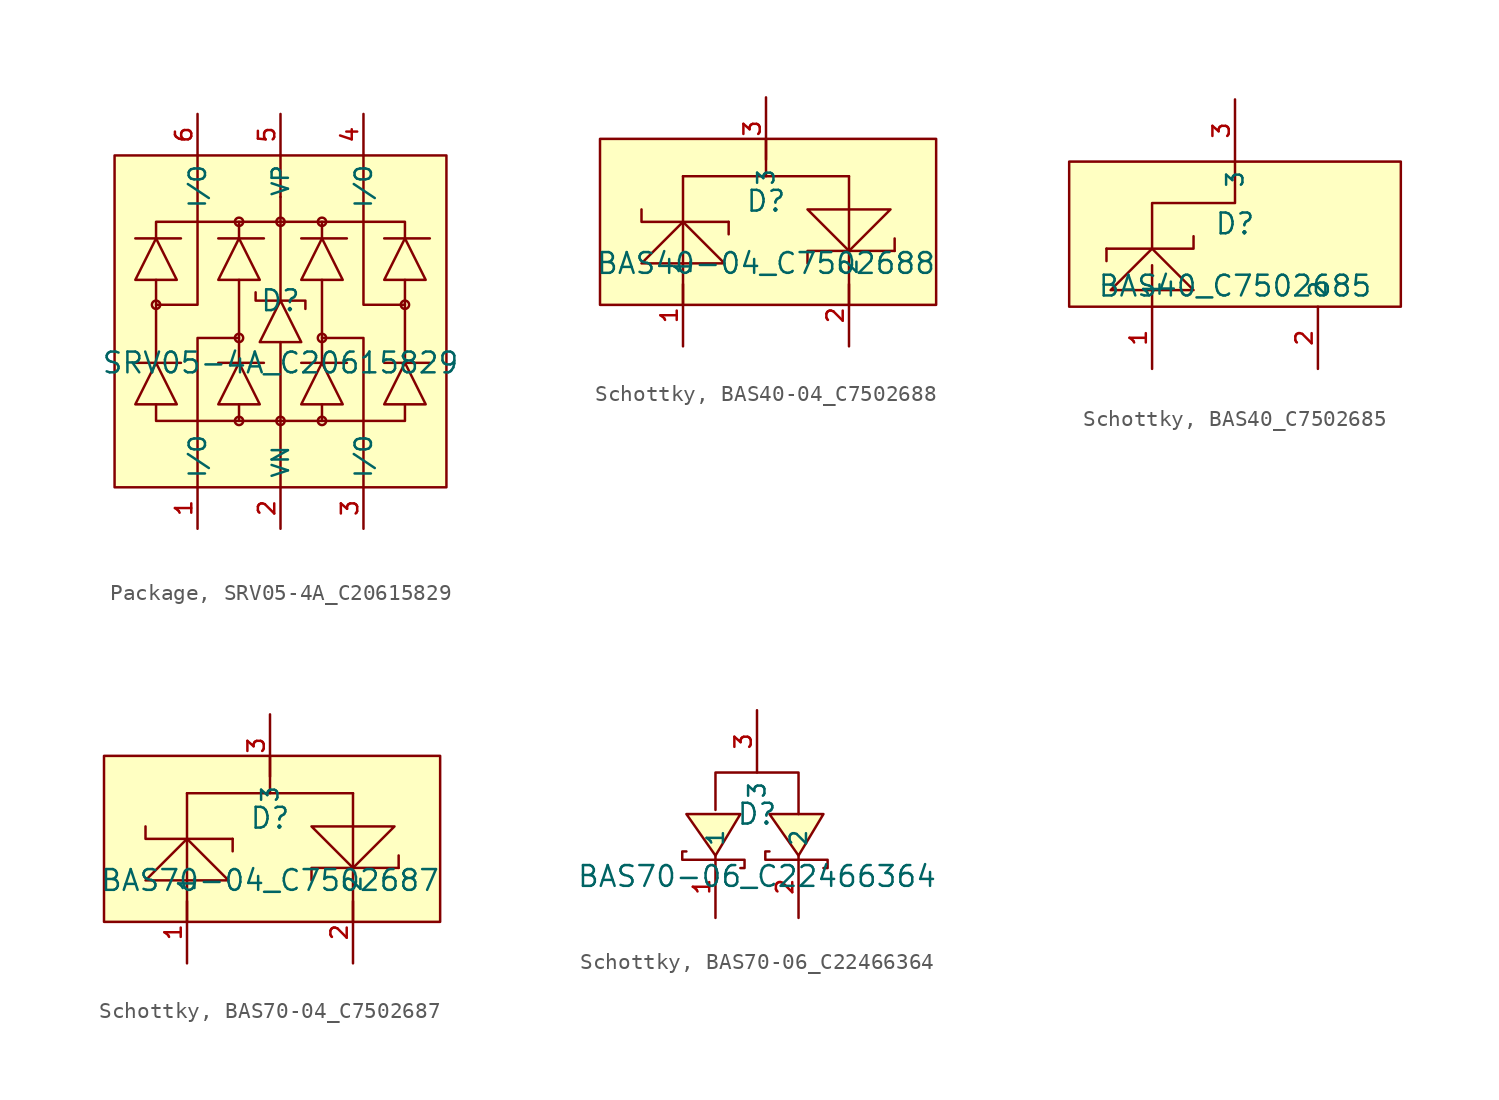
<source format=kicad_sym>
(kicad_symbol_lib
  (version 20231120)
  (generator "kicad_symbol_editor")
  (generator_version "8.0")
  (symbol "Package, SRV05-4A_C20615829"
    (property "Reference" "D"
      (at 0 1.27 0)
      (effects (font (size 1.27 1.27))))
    (property "Value" "SRV05-4A_C20615829"
      (at 0 -2.54 0)
      (effects (font (size 1.27 1.27))))
    (symbol "Package, SRV05-4A_C20615829_0_1"
      (rectangle (start -10.16 10.16) (end 10.16 -10.16) (stroke (width 0) (type default)) (fill (type background)))
      (circle (center -7.62 1.016) (radius 0.254) (stroke (width 0) (type default)) (fill (type background)))
      (circle (center -2.54 -6.096) (radius 0.254) (stroke (width 0) (type default)) (fill (type background)))
      (circle (center -2.54 -1.016) (radius 0.254) (stroke (width 0) (type default)) (fill (type background)))
      (circle (center -2.54 6.096) (radius 0.254) (stroke (width 0) (type default)) (fill (type background)))
      (circle (center 0 -6.096) (radius 0.254) (stroke (width 0) (type default)) (fill (type background)))
      (polyline (pts (xy -7.62 2.54) (xy -7.62 -2.54)) (stroke (width 0) (type default)) (fill (type none)))
      (polyline (pts (xy -6.096 -2.54) (xy -8.89 -2.54)) (stroke (width 0) (type default)) (fill (type none)))
      (polyline (pts (xy -6.096 5.08) (xy -8.89 5.08)) (stroke (width 0) (type default)) (fill (type none)))
      (polyline (pts (xy -2.54 -5.08) (xy -2.54 -6.096)) (stroke (width 0) (type default)) (fill (type none)))
      (polyline (pts (xy -2.54 2.54) (xy -2.54 -2.54)) (stroke (width 0) (type default)) (fill (type none)))
      (polyline (pts (xy -2.54 5.08) (xy -2.54 6.096)) (stroke (width 0) (type default)) (fill (type none)))
      (polyline (pts (xy -1.016 -2.54) (xy -3.81 -2.54)) (stroke (width 0) (type default)) (fill (type none)))
      (polyline (pts (xy -1.016 5.08) (xy -3.81 5.08)) (stroke (width 0) (type default)) (fill (type none)))
      (polyline (pts (xy 0 -1.27) (xy 0 -10.16)) (stroke (width 0) (type default)) (fill (type none)))
      (polyline (pts (xy 0 1.27) (xy 0 7.62)) (stroke (width 0) (type default)) (fill (type none)))
      (polyline (pts (xy 0 7.62) (xy 0 10.16)) (stroke (width 0) (type default)) (fill (type none)))
      (polyline (pts (xy 2.54 -5.08) (xy 2.54 -6.096)) (stroke (width 0) (type default)) (fill (type none)))
      (polyline (pts (xy 2.54 2.54) (xy 2.54 -2.54)) (stroke (width 0) (type default)) (fill (type none)))
      (polyline (pts (xy 2.54 5.08) (xy 2.54 6.096)) (stroke (width 0) (type default)) (fill (type none)))
      (polyline (pts (xy 4.064 -2.54) (xy 1.27 -2.54)) (stroke (width 0) (type default)) (fill (type none)))
      (polyline (pts (xy 4.064 5.08) (xy 1.27 5.08)) (stroke (width 0) (type default)) (fill (type none)))
      (polyline (pts (xy 7.62 2.54) (xy 7.62 -2.54)) (stroke (width 0) (type default)) (fill (type none)))
      (polyline (pts (xy 9.144 -2.54) (xy 6.35 -2.54)) (stroke (width 0) (type default)) (fill (type none)))
      (polyline (pts (xy 9.144 5.08) (xy 6.35 5.08)) (stroke (width 0) (type default)) (fill (type none)))
      (polyline (pts (xy -7.62 1.016) (xy -5.08 1.016) (xy -5.08 10.16)) (stroke (width 0) (type default)) (fill (type none)))
      (polyline (pts (xy -2.54 -1.016) (xy -5.08 -1.016) (xy -5.08 -10.16)) (stroke (width 0) (type default)) (fill (type none)))
      (polyline (pts (xy 2.54 -1.016) (xy 5.08 -1.016) (xy 5.08 -10.16)) (stroke (width 0) (type default)) (fill (type none)))
      (polyline (pts (xy 7.62 1.016) (xy 5.08 1.016) (xy 5.08 10.16)) (stroke (width 0) (type default)) (fill (type none)))
      (polyline (pts (xy -8.89 -5.08) (xy -7.62 -2.54) (xy -6.35 -5.08) (xy -8.89 -5.08)) (stroke (width 0) (type default)) (fill (type background)))
      (polyline (pts (xy -8.89 2.54) (xy -7.62 5.08) (xy -6.35 2.54) (xy -8.89 2.54)) (stroke (width 0) (type default)) (fill (type background)))
      (polyline (pts (xy -7.62 -5.08) (xy -7.62 -6.096) (xy 7.62 -6.096) (xy 7.62 -5.08)) (stroke (width 0) (type default)) (fill (type none)))
      (polyline (pts (xy -7.62 5.08) (xy -7.62 6.096) (xy 7.62 6.096) (xy 7.62 5.08)) (stroke (width 0) (type default)) (fill (type none)))
      (polyline (pts (xy -3.81 -5.08) (xy -2.54 -2.54) (xy -1.27 -5.08) (xy -3.81 -5.08)) (stroke (width 0) (type default)) (fill (type background)))
      (polyline (pts (xy -3.81 2.54) (xy -2.54 5.08) (xy -1.27 2.54) (xy -3.81 2.54)) (stroke (width 0) (type default)) (fill (type background)))
      (polyline (pts (xy 1.27 -5.08) (xy 2.54 -2.54) (xy 3.81 -5.08) (xy 1.27 -5.08)) (stroke (width 0) (type default)) (fill (type background)))
      (polyline (pts (xy 1.27 -1.27) (xy 0 1.27) (xy -1.27 -1.27) (xy 1.27 -1.27)) (stroke (width 0) (type default)) (fill (type background)))
      (polyline (pts (xy 1.27 2.54) (xy 2.54 5.08) (xy 3.81 2.54) (xy 1.27 2.54)) (stroke (width 0) (type default)) (fill (type background)))
      (polyline (pts (xy 6.35 -5.08) (xy 7.62 -2.54) (xy 8.89 -5.08) (xy 6.35 -5.08)) (stroke (width 0) (type default)) (fill (type background)))
      (polyline (pts (xy 6.35 2.54) (xy 7.62 5.08) (xy 8.89 2.54) (xy 6.35 2.54)) (stroke (width 0) (type default)) (fill (type background)))
      (polyline (pts (xy 1.524 0.762) (xy 1.524 0.762) (xy 1.524 1.27) (xy -1.524 1.27) (xy -1.524 1.778) (xy -1.524 1.778)) (stroke (width 0) (type default)) (fill (type none)))
      (circle (center 0 6.096) (radius 0.254) (stroke (width 0) (type default)) (fill (type background)))
      (circle (center 2.54 -6.096) (radius 0.254) (stroke (width 0) (type default)) (fill (type background)))
      (circle (center 2.54 -1.016) (radius 0.254) (stroke (width 0) (type default)) (fill (type background)))
      (circle (center 2.54 6.096) (radius 0.254) (stroke (width 0) (type default)) (fill (type background)))
      (circle (center 7.62 1.016) (radius 0.254) (stroke (width 0) (type default)) (fill (type background)))
      (pin unspecified line (at -5.08 -12.7 90) (length 2.54) (name "I/O" (effects (font (size 1 1)))) (number "1" (effects (font (size 1 1)))))
      (pin unspecified line (at 0 -12.7 90) (length 2.54) (name "VN" (effects (font (size 1 1)))) (number "2" (effects (font (size 1 1)))))
      (pin unspecified line (at 5.08 -12.7 90) (length 2.54) (name "I/O" (effects (font (size 1 1)))) (number "3" (effects (font (size 1 1)))))
      (pin unspecified line (at 5.08 12.7 270) (length 2.54) (name "I/O" (effects (font (size 1 1)))) (number "4" (effects (font (size 1 1)))))
      (pin unspecified line (at 0 12.7 270) (length 2.54) (name "VP" (effects (font (size 1 1)))) (number "5" (effects (font (size 1 1)))))
      (pin unspecified line (at -5.08 12.7 270) (length 2.54) (name "I/O" (effects (font (size 1 1)))) (number "6" (effects (font (size 1 1)))))))
  (symbol "Schottky, BAS40-04_C7502688"
    (property "Reference" "D"
      (at 0 1.27 0)
      (effects (font (size 1.27 1.27))))
    (property "Value" "BAS40-04_C7502688"
      (at 0 -2.54 0)
      (effects (font (size 1.27 1.27))))
    (symbol "Schottky, BAS40-04_C7502688_0_1"
      (rectangle (start -10.16 5.08) (end 10.414 -5.08) (stroke (width 0) (type default)) (fill (type background)))
      (polyline (pts (xy -5.08 2.794) (xy -5.08 -5.08)) (stroke (width 0) (type default)) (fill (type none)))
      (polyline (pts (xy -5.08 2.794) (xy 5.08 2.794)) (stroke (width 0) (type default)) (fill (type none)))
      (polyline (pts (xy -2.286 0) (xy -2.286 -0.762)) (stroke (width 0) (type default)) (fill (type none)))
      (polyline (pts (xy 0 5.08) (xy 0 2.794)) (stroke (width 0) (type default)) (fill (type none)))
      (polyline (pts (xy 5.08 2.794) (xy 5.08 -5.08)) (stroke (width 0) (type default)) (fill (type none)))
      (polyline (pts (xy 7.874 -1.778) (xy 7.874 -1.016)) (stroke (width 0) (type default)) (fill (type none)))
      (polyline (pts (xy 2.54 -2.54) (xy 2.54 -1.778) (xy 7.874 -1.778)) (stroke (width 0) (type default)) (fill (type none)))
      (polyline (pts (xy -7.62 0.762) (xy -7.62 0) (xy -5.08 0) (xy -2.286 0)) (stroke (width 0) (type default)) (fill (type none)))
      (polyline (pts (xy -2.54 -2.54) (xy -5.08 0) (xy -7.62 -2.54) (xy -2.54 -2.54)) (stroke (width 0) (type default)) (fill (type background)))
      (polyline (pts (xy 7.62 0.762) (xy 5.08 -1.778) (xy 2.54 0.762) (xy 7.62 0.762)) (stroke (width 0) (type default)) (fill (type background)))
      (pin input line (at -5.08 -7.62 90) (length 3.81) (name "1" (effects (font (size 1 1)))) (number "1" (effects (font (size 1 1)))))
      (pin input line (at 5.08 -7.62 90) (length 3.81) (name "2" (effects (font (size 1 1)))) (number "2" (effects (font (size 1 1)))))
      (pin input line (at 0 7.62 270) (length 3.81) (name "3" (effects (font (size 1 1)))) (number "3" (effects (font (size 1 1)))))))
  (symbol "Schottky, BAS40_C7502685"
    (property "Reference" "D"
      (at 0 1.27 0)
      (effects (font (size 1.27 1.27))))
    (property "Value" "BAS40_C7502685"
      (at 0 -2.54 0)
      (effects (font (size 1.27 1.27))))
    (symbol "Schottky, BAS40_C7502685_0_1"
      (rectangle (start -10.16 5.08) (end 10.16 -3.81) (stroke (width 0) (type default)) (fill (type background)))
      (polyline (pts (xy -7.874 -1.016) (xy -7.874 -0.254)) (stroke (width 0) (type default)) (fill (type none)))
      (polyline (pts (xy -5.08 -1.27) (xy -5.08 -3.81)) (stroke (width 0) (type default)) (fill (type none)))
      (polyline (pts (xy -2.54 0.508) (xy -2.54 -0.254) (xy -7.874 -0.254)) (stroke (width 0) (type default)) (fill (type none)))
      (polyline (pts (xy -7.62 -2.794) (xy -5.08 -0.254) (xy -2.54 -2.794) (xy -7.62 -2.794)) (stroke (width 0) (type default)) (fill (type background)))
      (polyline (pts (xy -5.08 -0.254) (xy -5.08 2.54) (xy 0 2.54) (xy 0 5.08)) (stroke (width 0) (type default)) (fill (type none)))
      (pin input line (at -5.08 -7.62 90) (length 3.81) (name "1" (effects (font (size 1 1)))) (number "1" (effects (font (size 1 1)))))
      (pin input line (at 5.08 -7.62 90) (length 3.81) (name "2" (effects (font (size 1 1)))) (number "2" (effects (font (size 1 1)))))
      (pin input line (at 0 8.89 270) (length 3.81) (name "3" (effects (font (size 1 1)))) (number "3" (effects (font (size 1 1)))))))
  (symbol "Schottky, BAS70-04_C7502687"
    (property "Reference" "D"
      (at 0 1.27 0)
      (effects (font (size 1.27 1.27))))
    (property "Value" "BAS70-04_C7502687"
      (at 0 -2.54 0)
      (effects (font (size 1.27 1.27))))
    (symbol "Schottky, BAS70-04_C7502687_0_1"
      (rectangle (start -10.16 5.08) (end 10.414 -5.08) (stroke (width 0) (type default)) (fill (type background)))
      (polyline (pts (xy -5.08 2.794) (xy -5.08 -5.08)) (stroke (width 0) (type default)) (fill (type none)))
      (polyline (pts (xy -5.08 2.794) (xy 5.08 2.794)) (stroke (width 0) (type default)) (fill (type none)))
      (polyline (pts (xy -2.286 0) (xy -2.286 -0.762)) (stroke (width 0) (type default)) (fill (type none)))
      (polyline (pts (xy 0 5.08) (xy 0 2.794)) (stroke (width 0) (type default)) (fill (type none)))
      (polyline (pts (xy 5.08 2.794) (xy 5.08 -5.08)) (stroke (width 0) (type default)) (fill (type none)))
      (polyline (pts (xy 7.874 -1.778) (xy 7.874 -1.016)) (stroke (width 0) (type default)) (fill (type none)))
      (polyline (pts (xy 2.54 -2.54) (xy 2.54 -1.778) (xy 7.874 -1.778)) (stroke (width 0) (type default)) (fill (type none)))
      (polyline (pts (xy -7.62 0.762) (xy -7.62 0) (xy -5.08 0) (xy -2.286 0)) (stroke (width 0) (type default)) (fill (type none)))
      (polyline (pts (xy -2.54 -2.54) (xy -5.08 0) (xy -7.62 -2.54) (xy -2.54 -2.54)) (stroke (width 0) (type default)) (fill (type background)))
      (polyline (pts (xy 7.62 0.762) (xy 5.08 -1.778) (xy 2.54 0.762) (xy 7.62 0.762)) (stroke (width 0) (type default)) (fill (type background)))
      (pin input line (at -5.08 -7.62 90) (length 3.81) (name "1" (effects (font (size 1 1)))) (number "1" (effects (font (size 1 1)))))
      (pin input line (at 5.08 -7.62 90) (length 3.81) (name "2" (effects (font (size 1 1)))) (number "2" (effects (font (size 1 1)))))
      (pin input line (at 0 7.62 270) (length 3.81) (name "3" (effects (font (size 1 1)))) (number "3" (effects (font (size 1 1)))))))
  (symbol "Schottky, BAS70-06_C22466364"
    (property "Reference" "D"
      (at 0 1.27 0)
      (effects (font (size 1.27 1.27))))
    (property "Value" "BAS70-06_C22466364"
      (at 0 -2.54 0)
      (effects (font (size 1.27 1.27))))
    (symbol "Schottky, BAS70-06_C22466364_0_1"
      (polyline (pts (xy -2.54 1.524) (xy -2.54 3.81) (xy 2.54 3.81) (xy 2.54 1.27)) (stroke (width 0) (type default)) (fill (type none)))
      (polyline (pts (xy -1.016 1.27) (xy -2.54 -1.27) (xy -4.318 1.27) (xy -1.016 1.27)) (stroke (width 0) (type default)) (fill (type background)))
      (polyline (pts (xy 4.064 1.27) (xy 2.54 -1.27) (xy 0.762 1.27) (xy 4.064 1.27)) (stroke (width 0) (type default)) (fill (type background)))
      (polyline (pts (xy -1.016 -2.032) (xy -0.762 -2.032) (xy -0.762 -1.524) (xy -4.572 -1.524) (xy -4.572 -1.016) (xy -4.318 -1.016)) (stroke (width 0) (type default)) (fill (type none)))
      (polyline (pts (xy 4.064 -2.032) (xy 4.318 -2.032) (xy 4.318 -1.524) (xy 0.508 -1.524) (xy 0.508 -1.016) (xy 0.762 -1.016)) (stroke (width 0) (type default)) (fill (type none)))
      (pin unspecified line (at -2.54 -5.08 90) (length 3.81) (name "1" (effects (font (size 1 1)))) (number "1" (effects (font (size 1 1)))))
      (pin unspecified line (at 2.54 -5.08 90) (length 3.81) (name "2" (effects (font (size 1 1)))) (number "2" (effects (font (size 1 1)))))
      (pin unspecified line (at 0 7.62 270) (length 3.81) (name "3" (effects (font (size 1 1)))) (number "3" (effects (font (size 1 1))))))))
</source>
